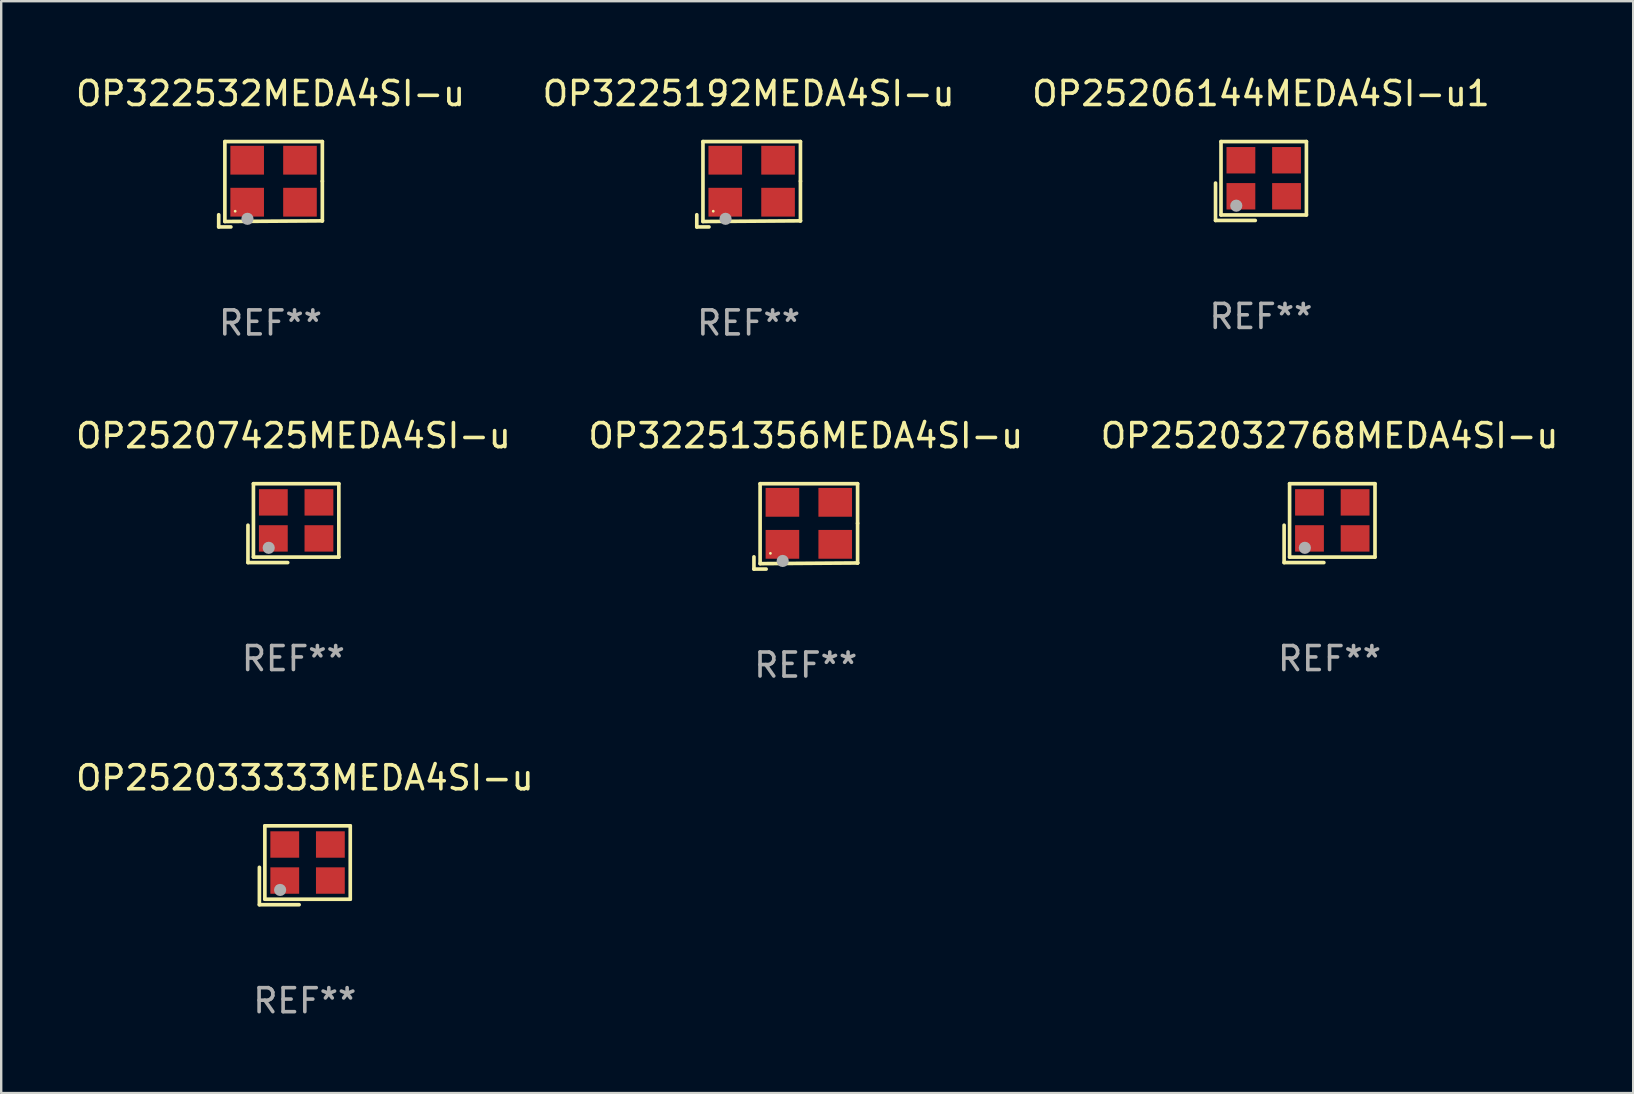
<source format=kicad_pcb>
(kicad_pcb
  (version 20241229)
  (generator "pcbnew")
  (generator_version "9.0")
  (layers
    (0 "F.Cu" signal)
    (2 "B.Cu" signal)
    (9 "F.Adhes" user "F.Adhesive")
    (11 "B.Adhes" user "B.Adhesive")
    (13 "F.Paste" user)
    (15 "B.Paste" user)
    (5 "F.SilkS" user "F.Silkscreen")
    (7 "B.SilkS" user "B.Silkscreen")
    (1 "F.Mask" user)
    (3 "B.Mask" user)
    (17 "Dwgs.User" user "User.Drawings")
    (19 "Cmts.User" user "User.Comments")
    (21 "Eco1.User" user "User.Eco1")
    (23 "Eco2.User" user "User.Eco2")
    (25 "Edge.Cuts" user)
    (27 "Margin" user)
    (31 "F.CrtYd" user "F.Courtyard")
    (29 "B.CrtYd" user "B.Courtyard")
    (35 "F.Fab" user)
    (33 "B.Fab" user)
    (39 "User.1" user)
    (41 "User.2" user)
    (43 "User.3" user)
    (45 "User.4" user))
  (footprint "OP25206144MEDA4SI-u1"
    (layer "F.Cu")
    (at 49.482 4.491)
    (property "Reference" "OP25206144MEDA4SI-u1" (at 0 -3.643 0) (layer "F.SilkS") (effects (font (size 1 1) (thickness 0.15))))
    (attr through_hole)
    (fp_line (start -1.893 0.086) (end -1.893 1.643) (stroke (width 0.152) (type solid)) (layer "F.SilkS"))
    (fp_line (start -1.893 1.643) (end -0.237 1.643) (stroke (width 0.152) (type solid)) (layer "F.SilkS"))
    (fp_line (start -1.665 -1.643) (end 1.893 -1.643) (stroke (width 0.152) (type solid)) (layer "F.SilkS"))
    (fp_line (start -1.665 1.414) (end -1.665 -1.643) (stroke (width 0.152) (type solid)) (layer "F.SilkS"))
    (fp_line (start 1.893 -1.643) (end 1.893 1.414) (stroke (width 0.152) (type solid)) (layer "F.SilkS"))
    (fp_line (start 1.893 1.414) (end -1.665 1.414) (stroke (width 0.152) (type solid)) (layer "F.SilkS"))
    (fp_circle (center -1.136 0.885) (end -1.106 0.885) (stroke (width 0.06) (type solid)) (fill no) (layer "F.SilkS"))
    (fp_circle (center -1.029 1.028) (end -0.902 1.028) (stroke (width 0.254) (type solid)) (fill no) (layer "F.Fab"))
    (fp_text user "REF**" (at 0 5.643 0) (layer "F.Fab") (effects (font (size 1 1) (thickness 0.15))))
    (pad "1" smd rect (at -0.836 0.636) (size 1.2 1.1) (layers "F.Cu" "F.Mask" "F.Paste"))
    (pad "2" smd rect (at 1.064 0.636) (size 1.2 1.1) (layers "F.Cu" "F.Mask" "F.Paste"))
    (pad "3" smd rect (at 1.064 -0.865) (size 1.2 1.1) (layers "F.Cu" "F.Mask" "F.Paste"))
    (pad "4" smd rect (at -0.836 -0.865) (size 1.2 1.1) (layers "F.Cu" "F.Mask" "F.Paste")))
  (footprint "OP3225192MEDA4SI-u"
    (layer "F.Cu")
    (at 28.137 4.626)
    (property "Reference" "OP3225192MEDA4SI-u" (at 0 -3.778 0) (layer "F.SilkS") (effects (font (size 1 1) (thickness 0.15))))
    (attr through_hole)
    (fp_line (start -2.159 1.27) (end -2.159 1.778) (stroke (width 0.152) (type solid)) (layer "F.SilkS"))
    (fp_line (start -2.159 1.778) (end -1.651 1.778) (stroke (width 0.152) (type solid)) (layer "F.SilkS"))
    (fp_line (start -1.902 -1.778) (end 2.159 -1.778) (stroke (width 0.152) (type solid)) (layer "F.SilkS"))
    (fp_line (start -1.902 1.552) (end -1.902 -1.778) (stroke (width 0.152) (type solid)) (layer "F.SilkS"))
    (fp_line (start 2.159 -1.778) (end 2.159 -0.127) (stroke (width 0.152) (type solid)) (layer "F.SilkS"))
    (fp_line (start 2.159 -0.127) (end 2.159 1.524) (stroke (width 0.152) (type solid)) (layer "F.SilkS"))
    (fp_line (start 2.159 1.524) (end -1.902 1.552) (stroke (width 0.152) (type solid)) (layer "F.SilkS"))
    (fp_line (start 2.159 1.524) (end 2.159 1.524) (stroke (width 0.152) (type solid)) (layer "F.SilkS"))
    (fp_circle (center -1.473 1.123) (end -1.443 1.123) (stroke (width 0.06) (type solid)) (fill no) (layer "F.SilkS"))
    (fp_circle (center -0.961 1.44) (end -0.834 1.44) (stroke (width 0.254) (type solid)) (fill no) (layer "F.Fab"))
    (fp_text user "REF**" (at 0 5.778 0) (layer "F.Fab") (effects (font (size 1 1) (thickness 0.15))))
    (pad "1" smd rect (at -0.973 0.748) (size 1.4 1.2) (layers "F.Cu" "F.Mask" "F.Paste"))
    (pad "2" smd rect (at 1.227 0.748) (size 1.4 1.2) (layers "F.Cu" "F.Mask" "F.Paste"))
    (pad "3" smd rect (at 1.227 -1.002) (size 1.4 1.2) (layers "F.Cu" "F.Mask" "F.Paste"))
    (pad "4" smd rect (at -0.973 -1.002) (size 1.4 1.2) (layers "F.Cu" "F.Mask" "F.Paste")))
  (footprint "OP252033333MEDA4SI-u"
    (layer "F.Cu")
    (at 9.649 32.997)
    (property "Reference" "OP252033333MEDA4SI-u" (at 0 -3.643 0) (layer "F.SilkS") (effects (font (size 1 1) (thickness 0.15))))
    (attr through_hole)
    (fp_line (start -1.893 0.086) (end -1.893 1.643) (stroke (width 0.152) (type solid)) (layer "F.SilkS"))
    (fp_line (start -1.893 1.643) (end -0.237 1.643) (stroke (width 0.152) (type solid)) (layer "F.SilkS"))
    (fp_line (start -1.665 -1.643) (end 1.893 -1.643) (stroke (width 0.152) (type solid)) (layer "F.SilkS"))
    (fp_line (start -1.665 1.414) (end -1.665 -1.643) (stroke (width 0.152) (type solid)) (layer "F.SilkS"))
    (fp_line (start 1.893 -1.643) (end 1.893 1.414) (stroke (width 0.152) (type solid)) (layer "F.SilkS"))
    (fp_line (start 1.893 1.414) (end -1.665 1.414) (stroke (width 0.152) (type solid)) (layer "F.SilkS"))
    (fp_circle (center -1.136 0.885) (end -1.106 0.885) (stroke (width 0.06) (type solid)) (fill no) (layer "F.SilkS"))
    (fp_circle (center -1.029 1.028) (end -0.902 1.028) (stroke (width 0.254) (type solid)) (fill no) (layer "F.Fab"))
    (fp_text user "REF**" (at 0 5.643 0) (layer "F.Fab") (effects (font (size 1 1) (thickness 0.15))))
    (pad "1" smd rect (at -0.836 0.636) (size 1.2 1.1) (layers "F.Cu" "F.Mask" "F.Paste"))
    (pad "2" smd rect (at 1.064 0.636) (size 1.2 1.1) (layers "F.Cu" "F.Mask" "F.Paste"))
    (pad "3" smd rect (at 1.064 -0.865) (size 1.2 1.1) (layers "F.Cu" "F.Mask" "F.Paste"))
    (pad "4" smd rect (at -0.836 -0.865) (size 1.2 1.1) (layers "F.Cu" "F.Mask" "F.Paste")))
  (footprint "OP25207425MEDA4SI-u"
    (layer "F.Cu")
    (at 9.173 18.744)
    (property "Reference" "OP25207425MEDA4SI-u" (at 0 -3.643 0) (layer "F.SilkS") (effects (font (size 1 1) (thickness 0.15))))
    (attr through_hole)
    (fp_line (start -1.893 0.086) (end -1.893 1.643) (stroke (width 0.152) (type solid)) (layer "F.SilkS"))
    (fp_line (start -1.893 1.643) (end -0.237 1.643) (stroke (width 0.152) (type solid)) (layer "F.SilkS"))
    (fp_line (start -1.665 -1.643) (end 1.893 -1.643) (stroke (width 0.152) (type solid)) (layer "F.SilkS"))
    (fp_line (start -1.665 1.414) (end -1.665 -1.643) (stroke (width 0.152) (type solid)) (layer "F.SilkS"))
    (fp_line (start 1.893 -1.643) (end 1.893 1.414) (stroke (width 0.152) (type solid)) (layer "F.SilkS"))
    (fp_line (start 1.893 1.414) (end -1.665 1.414) (stroke (width 0.152) (type solid)) (layer "F.SilkS"))
    (fp_circle (center -1.136 0.885) (end -1.106 0.885) (stroke (width 0.06) (type solid)) (fill no) (layer "F.SilkS"))
    (fp_circle (center -1.029 1.028) (end -0.902 1.028) (stroke (width 0.254) (type solid)) (fill no) (layer "F.Fab"))
    (fp_text user "REF**" (at 0 5.643 0) (layer "F.Fab") (effects (font (size 1 1) (thickness 0.15))))
    (pad "1" smd rect (at -0.836 0.636) (size 1.2 1.1) (layers "F.Cu" "F.Mask" "F.Paste"))
    (pad "2" smd rect (at 1.064 0.636) (size 1.2 1.1) (layers "F.Cu" "F.Mask" "F.Paste"))
    (pad "3" smd rect (at 1.064 -0.865) (size 1.2 1.1) (layers "F.Cu" "F.Mask" "F.Paste"))
    (pad "4" smd rect (at -0.836 -0.865) (size 1.2 1.1) (layers "F.Cu" "F.Mask" "F.Paste")))
  (footprint "OP322532MEDA4SI-u"
    (layer "F.Cu")
    (at 8.22 4.626)
    (property "Reference" "OP322532MEDA4SI-u" (at 0 -3.778 0) (layer "F.SilkS") (effects (font (size 1 1) (thickness 0.15))))
    (attr through_hole)
    (fp_line (start -2.159 1.27) (end -2.159 1.778) (stroke (width 0.152) (type solid)) (layer "F.SilkS"))
    (fp_line (start -2.159 1.778) (end -1.651 1.778) (stroke (width 0.152) (type solid)) (layer "F.SilkS"))
    (fp_line (start -1.902 -1.778) (end 2.159 -1.778) (stroke (width 0.152) (type solid)) (layer "F.SilkS"))
    (fp_line (start -1.902 1.552) (end -1.902 -1.778) (stroke (width 0.152) (type solid)) (layer "F.SilkS"))
    (fp_line (start 2.159 -1.778) (end 2.159 -0.127) (stroke (width 0.152) (type solid)) (layer "F.SilkS"))
    (fp_line (start 2.159 -0.127) (end 2.159 1.524) (stroke (width 0.152) (type solid)) (layer "F.SilkS"))
    (fp_line (start 2.159 1.524) (end -1.902 1.552) (stroke (width 0.152) (type solid)) (layer "F.SilkS"))
    (fp_line (start 2.159 1.524) (end 2.159 1.524) (stroke (width 0.152) (type solid)) (layer "F.SilkS"))
    (fp_circle (center -1.473 1.123) (end -1.443 1.123) (stroke (width 0.06) (type solid)) (fill no) (layer "F.SilkS"))
    (fp_circle (center -0.961 1.44) (end -0.834 1.44) (stroke (width 0.254) (type solid)) (fill no) (layer "F.Fab"))
    (fp_text user "REF**" (at 0 5.778 0) (layer "F.Fab") (effects (font (size 1 1) (thickness 0.15))))
    (pad "1" smd rect (at -0.973 0.748) (size 1.4 1.2) (layers "F.Cu" "F.Mask" "F.Paste"))
    (pad "2" smd rect (at 1.227 0.748) (size 1.4 1.2) (layers "F.Cu" "F.Mask" "F.Paste"))
    (pad "3" smd rect (at 1.227 -1.002) (size 1.4 1.2) (layers "F.Cu" "F.Mask" "F.Paste"))
    (pad "4" smd rect (at -0.973 -1.002) (size 1.4 1.2) (layers "F.Cu" "F.Mask" "F.Paste")))
  (footprint "OP32251356MEDA4SI-u"
    (layer "F.Cu")
    (at 30.518 18.879)
    (property "Reference" "OP32251356MEDA4SI-u" (at 0 -3.778 0) (layer "F.SilkS") (effects (font (size 1 1) (thickness 0.15))))
    (attr through_hole)
    (fp_line (start -2.159 1.27) (end -2.159 1.778) (stroke (width 0.152) (type solid)) (layer "F.SilkS"))
    (fp_line (start -2.159 1.778) (end -1.651 1.778) (stroke (width 0.152) (type solid)) (layer "F.SilkS"))
    (fp_line (start -1.902 -1.778) (end 2.159 -1.778) (stroke (width 0.152) (type solid)) (layer "F.SilkS"))
    (fp_line (start -1.902 1.552) (end -1.902 -1.778) (stroke (width 0.152) (type solid)) (layer "F.SilkS"))
    (fp_line (start 2.159 -1.778) (end 2.159 -0.127) (stroke (width 0.152) (type solid)) (layer "F.SilkS"))
    (fp_line (start 2.159 -0.127) (end 2.159 1.524) (stroke (width 0.152) (type solid)) (layer "F.SilkS"))
    (fp_line (start 2.159 1.524) (end -1.902 1.552) (stroke (width 0.152) (type solid)) (layer "F.SilkS"))
    (fp_line (start 2.159 1.524) (end 2.159 1.524) (stroke (width 0.152) (type solid)) (layer "F.SilkS"))
    (fp_circle (center -1.473 1.123) (end -1.443 1.123) (stroke (width 0.06) (type solid)) (fill no) (layer "F.SilkS"))
    (fp_circle (center -0.961 1.44) (end -0.834 1.44) (stroke (width 0.254) (type solid)) (fill no) (layer "F.Fab"))
    (fp_text user "REF**" (at 0 5.778 0) (layer "F.Fab") (effects (font (size 1 1) (thickness 0.15))))
    (pad "1" smd rect (at -0.973 0.748) (size 1.4 1.2) (layers "F.Cu" "F.Mask" "F.Paste"))
    (pad "2" smd rect (at 1.227 0.748) (size 1.4 1.2) (layers "F.Cu" "F.Mask" "F.Paste"))
    (pad "3" smd rect (at 1.227 -1.002) (size 1.4 1.2) (layers "F.Cu" "F.Mask" "F.Paste"))
    (pad "4" smd rect (at -0.973 -1.002) (size 1.4 1.2) (layers "F.Cu" "F.Mask" "F.Paste")))
  (footprint "OP252032768MEDA4SI-u"
    (layer "F.Cu")
    (at 52.339 18.744)
    (property "Reference" "OP252032768MEDA4SI-u" (at 0 -3.643 0) (layer "F.SilkS") (effects (font (size 1 1) (thickness 0.15))))
    (attr through_hole)
    (fp_line (start -1.893 0.086) (end -1.893 1.643) (stroke (width 0.152) (type solid)) (layer "F.SilkS"))
    (fp_line (start -1.893 1.643) (end -0.237 1.643) (stroke (width 0.152) (type solid)) (layer "F.SilkS"))
    (fp_line (start -1.665 -1.643) (end 1.893 -1.643) (stroke (width 0.152) (type solid)) (layer "F.SilkS"))
    (fp_line (start -1.665 1.414) (end -1.665 -1.643) (stroke (width 0.152) (type solid)) (layer "F.SilkS"))
    (fp_line (start 1.893 -1.643) (end 1.893 1.414) (stroke (width 0.152) (type solid)) (layer "F.SilkS"))
    (fp_line (start 1.893 1.414) (end -1.665 1.414) (stroke (width 0.152) (type solid)) (layer "F.SilkS"))
    (fp_circle (center -1.136 0.885) (end -1.106 0.885) (stroke (width 0.06) (type solid)) (fill no) (layer "F.SilkS"))
    (fp_circle (center -1.029 1.028) (end -0.902 1.028) (stroke (width 0.254) (type solid)) (fill no) (layer "F.Fab"))
    (fp_text user "REF**" (at 0 5.643 0) (layer "F.Fab") (effects (font (size 1 1) (thickness 0.15))))
    (pad "1" smd rect (at -0.836 0.636) (size 1.2 1.1) (layers "F.Cu" "F.Mask" "F.Paste"))
    (pad "2" smd rect (at 1.064 0.636) (size 1.2 1.1) (layers "F.Cu" "F.Mask" "F.Paste"))
    (pad "3" smd rect (at 1.064 -0.865) (size 1.2 1.1) (layers "F.Cu" "F.Mask" "F.Paste"))
    (pad "4" smd rect (at -0.836 -0.865) (size 1.2 1.1) (layers "F.Cu" "F.Mask" "F.Paste")))
  (gr_rect
    (start -3 -3)
    (end 64.988 42.488)
    (stroke (width 0.1) (type default))
    (fill no)
    (layer "Edge.Cuts")))
</source>
